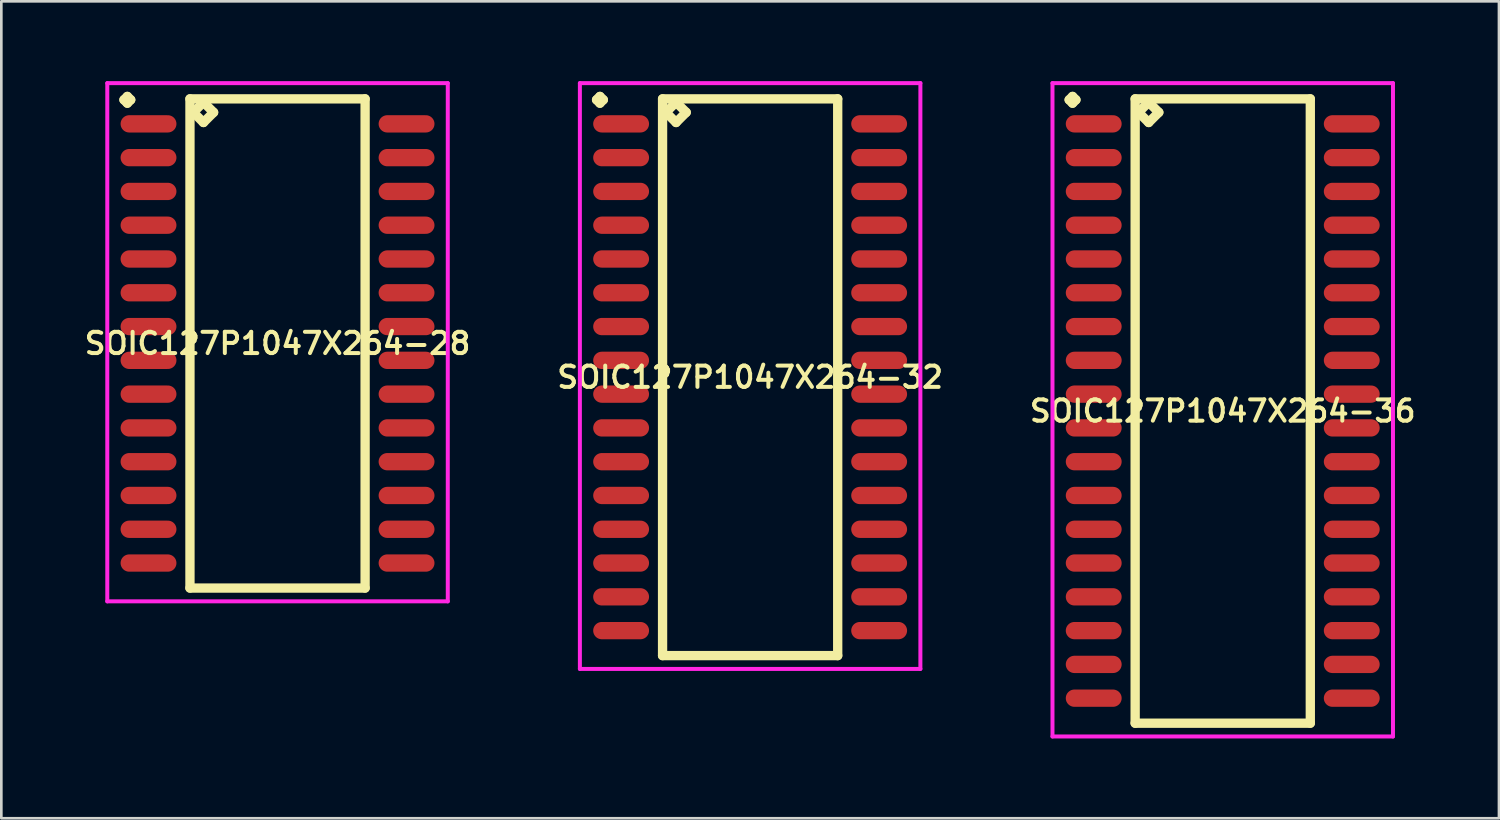
<source format=kicad_pcb>
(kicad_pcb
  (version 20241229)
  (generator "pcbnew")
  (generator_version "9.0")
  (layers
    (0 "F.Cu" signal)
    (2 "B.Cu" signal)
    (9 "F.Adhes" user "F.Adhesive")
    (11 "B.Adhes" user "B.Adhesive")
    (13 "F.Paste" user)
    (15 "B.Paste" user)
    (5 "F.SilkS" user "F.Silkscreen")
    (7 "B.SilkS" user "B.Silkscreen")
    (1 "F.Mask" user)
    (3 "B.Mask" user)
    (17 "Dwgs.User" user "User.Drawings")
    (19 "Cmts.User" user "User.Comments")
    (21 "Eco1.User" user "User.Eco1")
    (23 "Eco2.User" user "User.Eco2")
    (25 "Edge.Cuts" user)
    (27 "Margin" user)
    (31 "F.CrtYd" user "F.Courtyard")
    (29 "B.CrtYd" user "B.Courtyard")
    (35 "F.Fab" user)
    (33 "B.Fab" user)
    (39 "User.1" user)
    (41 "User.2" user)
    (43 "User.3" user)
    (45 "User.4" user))
  (footprint "SOIC127P1047X264-28"
    (layer "F.Cu")
    (at 7.383 9.861)
    (property "Reference" "SOIC127P1047X264-28" (at 0 0 0) (layer "F.SilkS") (effects (font (size 0.8 0.8) (thickness 0.15))))
    (attr smd)
    (fp_line (start -5.773 -9.159) (end -5.646 -9.286) (stroke (width 0.35) (type solid)) (layer "F.SilkS"))
    (fp_line (start -5.646 -9.286) (end -5.519 -9.159) (stroke (width 0.35) (type solid)) (layer "F.SilkS"))
    (fp_line (start -5.646 -9.032) (end -5.773 -9.159) (stroke (width 0.35) (type solid)) (layer "F.SilkS"))
    (fp_line (start -5.519 -9.159) (end -5.646 -9.032) (stroke (width 0.35) (type solid)) (layer "F.SilkS"))
    (fp_line (start -3.292 -9.195) (end -3.292 9.195) (stroke (width 0.35) (type solid)) (layer "F.SilkS"))
    (fp_line (start -3.292 9.195) (end 3.292 9.195) (stroke (width 0.35) (type solid)) (layer "F.SilkS"))
    (fp_line (start -3.165 -8.687) (end -2.784 -9.068) (stroke (width 0.35) (type solid)) (layer "F.SilkS"))
    (fp_line (start -2.784 -9.068) (end -2.403 -8.687) (stroke (width 0.35) (type solid)) (layer "F.SilkS"))
    (fp_line (start -2.784 -8.306) (end -3.165 -8.687) (stroke (width 0.35) (type solid)) (layer "F.SilkS"))
    (fp_line (start -2.403 -8.687) (end -2.784 -8.306) (stroke (width 0.35) (type solid)) (layer "F.SilkS"))
    (fp_line (start 3.292 -9.195) (end -3.292 -9.195) (stroke (width 0.35) (type solid)) (layer "F.SilkS"))
    (fp_line (start 3.292 9.195) (end 3.292 -9.195) (stroke (width 0.35) (type solid)) (layer "F.SilkS"))
    (fp_line (start -6.4 -9.786) (end 6.4 -9.786) (stroke (width 0.15) (type solid)) (layer "F.CrtYd"))
    (fp_line (start -6.4 9.695) (end -6.4 -9.786) (stroke (width 0.15) (type solid)) (layer "F.CrtYd"))
    (fp_line (start 6.4 -9.786) (end 6.4 9.695) (stroke (width 0.15) (type solid)) (layer "F.CrtYd"))
    (fp_line (start 6.4 9.695) (end -6.4 9.695) (stroke (width 0.15) (type solid)) (layer "F.CrtYd"))
    (pad "1" smd oval (at -4.85 -8.255) (size 2.1 0.65) (layers "F.Cu" "F.Mask" "F.Paste"))
    (pad "2" smd oval (at -4.85 -6.985) (size 2.1 0.65) (layers "F.Cu" "F.Mask" "F.Paste"))
    (pad "3" smd oval (at -4.85 -5.715) (size 2.1 0.65) (layers "F.Cu" "F.Mask" "F.Paste"))
    (pad "4" smd oval (at -4.85 -4.445) (size 2.1 0.65) (layers "F.Cu" "F.Mask" "F.Paste"))
    (pad "5" smd oval (at -4.85 -3.175) (size 2.1 0.65) (layers "F.Cu" "F.Mask" "F.Paste"))
    (pad "6" smd oval (at -4.85 -1.905) (size 2.1 0.65) (layers "F.Cu" "F.Mask" "F.Paste"))
    (pad "7" smd oval (at -4.85 -0.635) (size 2.1 0.65) (layers "F.Cu" "F.Mask" "F.Paste"))
    (pad "8" smd oval (at -4.85 0.635) (size 2.1 0.65) (layers "F.Cu" "F.Mask" "F.Paste"))
    (pad "9" smd oval (at -4.85 1.905) (size 2.1 0.65) (layers "F.Cu" "F.Mask" "F.Paste"))
    (pad "10" smd oval (at -4.85 3.175) (size 2.1 0.65) (layers "F.Cu" "F.Mask" "F.Paste"))
    (pad "11" smd oval (at -4.85 4.445) (size 2.1 0.65) (layers "F.Cu" "F.Mask" "F.Paste"))
    (pad "12" smd oval (at -4.85 5.715) (size 2.1 0.65) (layers "F.Cu" "F.Mask" "F.Paste"))
    (pad "13" smd oval (at -4.85 6.985) (size 2.1 0.65) (layers "F.Cu" "F.Mask" "F.Paste"))
    (pad "14" smd oval (at -4.85 8.255) (size 2.1 0.65) (layers "F.Cu" "F.Mask" "F.Paste"))
    (pad "15" smd oval (at 4.85 8.255) (size 2.1 0.65) (layers "F.Cu" "F.Mask" "F.Paste"))
    (pad "16" smd oval (at 4.85 6.985) (size 2.1 0.65) (layers "F.Cu" "F.Mask" "F.Paste"))
    (pad "17" smd oval (at 4.85 5.715) (size 2.1 0.65) (layers "F.Cu" "F.Mask" "F.Paste"))
    (pad "18" smd oval (at 4.85 4.445) (size 2.1 0.65) (layers "F.Cu" "F.Mask" "F.Paste"))
    (pad "19" smd oval (at 4.85 3.175) (size 2.1 0.65) (layers "F.Cu" "F.Mask" "F.Paste"))
    (pad "20" smd oval (at 4.85 1.905) (size 2.1 0.65) (layers "F.Cu" "F.Mask" "F.Paste"))
    (pad "21" smd oval (at 4.85 0.635) (size 2.1 0.65) (layers "F.Cu" "F.Mask" "F.Paste"))
    (pad "22" smd oval (at 4.85 -0.635) (size 2.1 0.65) (layers "F.Cu" "F.Mask" "F.Paste"))
    (pad "23" smd oval (at 4.85 -1.905) (size 2.1 0.65) (layers "F.Cu" "F.Mask" "F.Paste"))
    (pad "24" smd oval (at 4.85 -3.175) (size 2.1 0.65) (layers "F.Cu" "F.Mask" "F.Paste"))
    (pad "25" smd oval (at 4.85 -4.445) (size 2.1 0.65) (layers "F.Cu" "F.Mask" "F.Paste"))
    (pad "26" smd oval (at 4.85 -5.715) (size 2.1 0.65) (layers "F.Cu" "F.Mask" "F.Paste"))
    (pad "27" smd oval (at 4.85 -6.985) (size 2.1 0.65) (layers "F.Cu" "F.Mask" "F.Paste"))
    (pad "28" smd oval (at 4.85 -8.255) (size 2.1 0.65) (layers "F.Cu" "F.Mask" "F.Paste")))
  (footprint "SOIC127P1047X264-36"
    (layer "F.Cu")
    (at 42.915 12.401)
    (property "Reference" "SOIC127P1047X264-36" (at 0 0 0) (layer "F.SilkS") (effects (font (size 0.8 0.8) (thickness 0.15))))
    (attr smd)
    (fp_line (start -5.773 -11.699) (end -5.646 -11.826) (stroke (width 0.35) (type solid)) (layer "F.SilkS"))
    (fp_line (start -5.646 -11.826) (end -5.519 -11.699) (stroke (width 0.35) (type solid)) (layer "F.SilkS"))
    (fp_line (start -5.646 -11.572) (end -5.773 -11.699) (stroke (width 0.35) (type solid)) (layer "F.SilkS"))
    (fp_line (start -5.519 -11.699) (end -5.646 -11.572) (stroke (width 0.35) (type solid)) (layer "F.SilkS"))
    (fp_line (start -3.292 -11.735) (end -3.292 11.735) (stroke (width 0.35) (type solid)) (layer "F.SilkS"))
    (fp_line (start -3.292 11.735) (end 3.292 11.735) (stroke (width 0.35) (type solid)) (layer "F.SilkS"))
    (fp_line (start -3.165 -11.227) (end -2.784 -11.608) (stroke (width 0.35) (type solid)) (layer "F.SilkS"))
    (fp_line (start -2.784 -11.608) (end -2.403 -11.227) (stroke (width 0.35) (type solid)) (layer "F.SilkS"))
    (fp_line (start -2.784 -10.846) (end -3.165 -11.227) (stroke (width 0.35) (type solid)) (layer "F.SilkS"))
    (fp_line (start -2.403 -11.227) (end -2.784 -10.846) (stroke (width 0.35) (type solid)) (layer "F.SilkS"))
    (fp_line (start 3.292 -11.735) (end -3.292 -11.735) (stroke (width 0.35) (type solid)) (layer "F.SilkS"))
    (fp_line (start 3.292 11.735) (end 3.292 -11.735) (stroke (width 0.35) (type solid)) (layer "F.SilkS"))
    (fp_line (start -6.4 -12.326) (end 6.4 -12.326) (stroke (width 0.15) (type solid)) (layer "F.CrtYd"))
    (fp_line (start -6.4 12.235) (end -6.4 -12.326) (stroke (width 0.15) (type solid)) (layer "F.CrtYd"))
    (fp_line (start 6.4 -12.326) (end 6.4 12.235) (stroke (width 0.15) (type solid)) (layer "F.CrtYd"))
    (fp_line (start 6.4 12.235) (end -6.4 12.235) (stroke (width 0.15) (type solid)) (layer "F.CrtYd"))
    (pad "1" smd oval (at -4.85 -10.795) (size 2.1 0.65) (layers "F.Cu" "F.Mask" "F.Paste"))
    (pad "2" smd oval (at -4.85 -9.525) (size 2.1 0.65) (layers "F.Cu" "F.Mask" "F.Paste"))
    (pad "3" smd oval (at -4.85 -8.255) (size 2.1 0.65) (layers "F.Cu" "F.Mask" "F.Paste"))
    (pad "4" smd oval (at -4.85 -6.985) (size 2.1 0.65) (layers "F.Cu" "F.Mask" "F.Paste"))
    (pad "5" smd oval (at -4.85 -5.715) (size 2.1 0.65) (layers "F.Cu" "F.Mask" "F.Paste"))
    (pad "6" smd oval (at -4.85 -4.445) (size 2.1 0.65) (layers "F.Cu" "F.Mask" "F.Paste"))
    (pad "7" smd oval (at -4.85 -3.175) (size 2.1 0.65) (layers "F.Cu" "F.Mask" "F.Paste"))
    (pad "8" smd oval (at -4.85 -1.905) (size 2.1 0.65) (layers "F.Cu" "F.Mask" "F.Paste"))
    (pad "9" smd oval (at -4.85 -0.635) (size 2.1 0.65) (layers "F.Cu" "F.Mask" "F.Paste"))
    (pad "10" smd oval (at -4.85 0.635) (size 2.1 0.65) (layers "F.Cu" "F.Mask" "F.Paste"))
    (pad "11" smd oval (at -4.85 1.905) (size 2.1 0.65) (layers "F.Cu" "F.Mask" "F.Paste"))
    (pad "12" smd oval (at -4.85 3.175) (size 2.1 0.65) (layers "F.Cu" "F.Mask" "F.Paste"))
    (pad "13" smd oval (at -4.85 4.445) (size 2.1 0.65) (layers "F.Cu" "F.Mask" "F.Paste"))
    (pad "14" smd oval (at -4.85 5.715) (size 2.1 0.65) (layers "F.Cu" "F.Mask" "F.Paste"))
    (pad "15" smd oval (at -4.85 6.985) (size 2.1 0.65) (layers "F.Cu" "F.Mask" "F.Paste"))
    (pad "16" smd oval (at -4.85 8.255) (size 2.1 0.65) (layers "F.Cu" "F.Mask" "F.Paste"))
    (pad "17" smd oval (at -4.85 9.525) (size 2.1 0.65) (layers "F.Cu" "F.Mask" "F.Paste"))
    (pad "18" smd oval (at -4.85 10.795) (size 2.1 0.65) (layers "F.Cu" "F.Mask" "F.Paste"))
    (pad "19" smd oval (at 4.85 10.795) (size 2.1 0.65) (layers "F.Cu" "F.Mask" "F.Paste"))
    (pad "20" smd oval (at 4.85 9.525) (size 2.1 0.65) (layers "F.Cu" "F.Mask" "F.Paste"))
    (pad "21" smd oval (at 4.85 8.255) (size 2.1 0.65) (layers "F.Cu" "F.Mask" "F.Paste"))
    (pad "22" smd oval (at 4.85 6.985) (size 2.1 0.65) (layers "F.Cu" "F.Mask" "F.Paste"))
    (pad "23" smd oval (at 4.85 5.715) (size 2.1 0.65) (layers "F.Cu" "F.Mask" "F.Paste"))
    (pad "24" smd oval (at 4.85 4.445) (size 2.1 0.65) (layers "F.Cu" "F.Mask" "F.Paste"))
    (pad "25" smd oval (at 4.85 3.175) (size 2.1 0.65) (layers "F.Cu" "F.Mask" "F.Paste"))
    (pad "26" smd oval (at 4.85 1.905) (size 2.1 0.65) (layers "F.Cu" "F.Mask" "F.Paste"))
    (pad "27" smd oval (at 4.85 0.635) (size 2.1 0.65) (layers "F.Cu" "F.Mask" "F.Paste"))
    (pad "28" smd oval (at 4.85 -0.635) (size 2.1 0.65) (layers "F.Cu" "F.Mask" "F.Paste"))
    (pad "29" smd oval (at 4.85 -1.905) (size 2.1 0.65) (layers "F.Cu" "F.Mask" "F.Paste"))
    (pad "30" smd oval (at 4.85 -3.175) (size 2.1 0.65) (layers "F.Cu" "F.Mask" "F.Paste"))
    (pad "31" smd oval (at 4.85 -4.445) (size 2.1 0.65) (layers "F.Cu" "F.Mask" "F.Paste"))
    (pad "32" smd oval (at 4.85 -5.715) (size 2.1 0.65) (layers "F.Cu" "F.Mask" "F.Paste"))
    (pad "33" smd oval (at 4.85 -6.985) (size 2.1 0.65) (layers "F.Cu" "F.Mask" "F.Paste"))
    (pad "34" smd oval (at 4.85 -8.255) (size 2.1 0.65) (layers "F.Cu" "F.Mask" "F.Paste"))
    (pad "35" smd oval (at 4.85 -9.525) (size 2.1 0.65) (layers "F.Cu" "F.Mask" "F.Paste"))
    (pad "36" smd oval (at 4.85 -10.795) (size 2.1 0.65) (layers "F.Cu" "F.Mask" "F.Paste")))
  (footprint "SOIC127P1047X264-32"
    (layer "F.Cu")
    (at 25.149 11.131)
    (property "Reference" "SOIC127P1047X264-32" (at 0 0 0) (layer "F.SilkS") (effects (font (size 0.8 0.8) (thickness 0.15))))
    (attr smd)
    (fp_line (start -5.773 -10.429) (end -5.646 -10.556) (stroke (width 0.35) (type solid)) (layer "F.SilkS"))
    (fp_line (start -5.646 -10.556) (end -5.519 -10.429) (stroke (width 0.35) (type solid)) (layer "F.SilkS"))
    (fp_line (start -5.646 -10.302) (end -5.773 -10.429) (stroke (width 0.35) (type solid)) (layer "F.SilkS"))
    (fp_line (start -5.519 -10.429) (end -5.646 -10.302) (stroke (width 0.35) (type solid)) (layer "F.SilkS"))
    (fp_line (start -3.292 -10.465) (end -3.292 10.465) (stroke (width 0.35) (type solid)) (layer "F.SilkS"))
    (fp_line (start -3.292 10.465) (end 3.292 10.465) (stroke (width 0.35) (type solid)) (layer "F.SilkS"))
    (fp_line (start -3.165 -9.957) (end -2.784 -10.338) (stroke (width 0.35) (type solid)) (layer "F.SilkS"))
    (fp_line (start -2.784 -10.338) (end -2.403 -9.957) (stroke (width 0.35) (type solid)) (layer "F.SilkS"))
    (fp_line (start -2.784 -9.576) (end -3.165 -9.957) (stroke (width 0.35) (type solid)) (layer "F.SilkS"))
    (fp_line (start -2.403 -9.957) (end -2.784 -9.576) (stroke (width 0.35) (type solid)) (layer "F.SilkS"))
    (fp_line (start 3.292 -10.465) (end -3.292 -10.465) (stroke (width 0.35) (type solid)) (layer "F.SilkS"))
    (fp_line (start 3.292 10.465) (end 3.292 -10.465) (stroke (width 0.35) (type solid)) (layer "F.SilkS"))
    (fp_line (start -6.4 -11.056) (end 6.4 -11.056) (stroke (width 0.15) (type solid)) (layer "F.CrtYd"))
    (fp_line (start -6.4 10.965) (end -6.4 -11.056) (stroke (width 0.15) (type solid)) (layer "F.CrtYd"))
    (fp_line (start 6.4 -11.056) (end 6.4 10.965) (stroke (width 0.15) (type solid)) (layer "F.CrtYd"))
    (fp_line (start 6.4 10.965) (end -6.4 10.965) (stroke (width 0.15) (type solid)) (layer "F.CrtYd"))
    (pad "1" smd oval (at -4.85 -9.525) (size 2.1 0.65) (layers "F.Cu" "F.Mask" "F.Paste"))
    (pad "2" smd oval (at -4.85 -8.255) (size 2.1 0.65) (layers "F.Cu" "F.Mask" "F.Paste"))
    (pad "3" smd oval (at -4.85 -6.985) (size 2.1 0.65) (layers "F.Cu" "F.Mask" "F.Paste"))
    (pad "4" smd oval (at -4.85 -5.715) (size 2.1 0.65) (layers "F.Cu" "F.Mask" "F.Paste"))
    (pad "5" smd oval (at -4.85 -4.445) (size 2.1 0.65) (layers "F.Cu" "F.Mask" "F.Paste"))
    (pad "6" smd oval (at -4.85 -3.175) (size 2.1 0.65) (layers "F.Cu" "F.Mask" "F.Paste"))
    (pad "7" smd oval (at -4.85 -1.905) (size 2.1 0.65) (layers "F.Cu" "F.Mask" "F.Paste"))
    (pad "8" smd oval (at -4.85 -0.635) (size 2.1 0.65) (layers "F.Cu" "F.Mask" "F.Paste"))
    (pad "9" smd oval (at -4.85 0.635) (size 2.1 0.65) (layers "F.Cu" "F.Mask" "F.Paste"))
    (pad "10" smd oval (at -4.85 1.905) (size 2.1 0.65) (layers "F.Cu" "F.Mask" "F.Paste"))
    (pad "11" smd oval (at -4.85 3.175) (size 2.1 0.65) (layers "F.Cu" "F.Mask" "F.Paste"))
    (pad "12" smd oval (at -4.85 4.445) (size 2.1 0.65) (layers "F.Cu" "F.Mask" "F.Paste"))
    (pad "13" smd oval (at -4.85 5.715) (size 2.1 0.65) (layers "F.Cu" "F.Mask" "F.Paste"))
    (pad "14" smd oval (at -4.85 6.985) (size 2.1 0.65) (layers "F.Cu" "F.Mask" "F.Paste"))
    (pad "15" smd oval (at -4.85 8.255) (size 2.1 0.65) (layers "F.Cu" "F.Mask" "F.Paste"))
    (pad "16" smd oval (at -4.85 9.525) (size 2.1 0.65) (layers "F.Cu" "F.Mask" "F.Paste"))
    (pad "17" smd oval (at 4.85 9.525) (size 2.1 0.65) (layers "F.Cu" "F.Mask" "F.Paste"))
    (pad "18" smd oval (at 4.85 8.255) (size 2.1 0.65) (layers "F.Cu" "F.Mask" "F.Paste"))
    (pad "19" smd oval (at 4.85 6.985) (size 2.1 0.65) (layers "F.Cu" "F.Mask" "F.Paste"))
    (pad "20" smd oval (at 4.85 5.715) (size 2.1 0.65) (layers "F.Cu" "F.Mask" "F.Paste"))
    (pad "21" smd oval (at 4.85 4.445) (size 2.1 0.65) (layers "F.Cu" "F.Mask" "F.Paste"))
    (pad "22" smd oval (at 4.85 3.175) (size 2.1 0.65) (layers "F.Cu" "F.Mask" "F.Paste"))
    (pad "23" smd oval (at 4.85 1.905) (size 2.1 0.65) (layers "F.Cu" "F.Mask" "F.Paste"))
    (pad "24" smd oval (at 4.85 0.635) (size 2.1 0.65) (layers "F.Cu" "F.Mask" "F.Paste"))
    (pad "25" smd oval (at 4.85 -0.635) (size 2.1 0.65) (layers "F.Cu" "F.Mask" "F.Paste"))
    (pad "26" smd oval (at 4.85 -1.905) (size 2.1 0.65) (layers "F.Cu" "F.Mask" "F.Paste"))
    (pad "27" smd oval (at 4.85 -3.175) (size 2.1 0.65) (layers "F.Cu" "F.Mask" "F.Paste"))
    (pad "28" smd oval (at 4.85 -4.445) (size 2.1 0.65) (layers "F.Cu" "F.Mask" "F.Paste"))
    (pad "29" smd oval (at 4.85 -5.715) (size 2.1 0.65) (layers "F.Cu" "F.Mask" "F.Paste"))
    (pad "30" smd oval (at 4.85 -6.985) (size 2.1 0.65) (layers "F.Cu" "F.Mask" "F.Paste"))
    (pad "31" smd oval (at 4.85 -8.255) (size 2.1 0.65) (layers "F.Cu" "F.Mask" "F.Paste"))
    (pad "32" smd oval (at 4.85 -9.525) (size 2.1 0.65) (layers "F.Cu" "F.Mask" "F.Paste")))
  (gr_rect
    (start -3 -3)
    (end 53.299 27.711)
    (stroke (width 0.1) (type default))
    (fill no)
    (layer "Edge.Cuts")))
</source>
